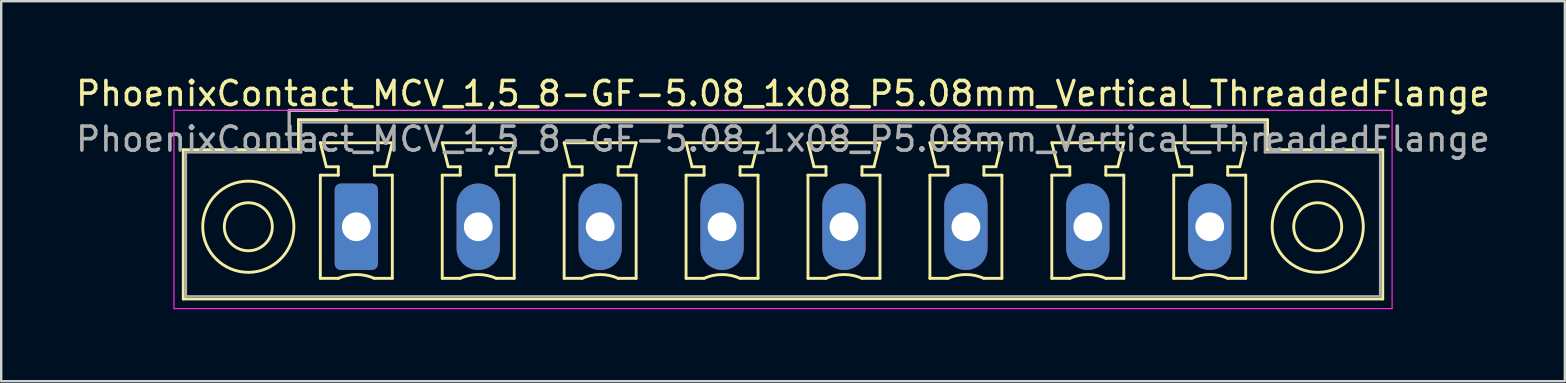
<source format=kicad_pcb>
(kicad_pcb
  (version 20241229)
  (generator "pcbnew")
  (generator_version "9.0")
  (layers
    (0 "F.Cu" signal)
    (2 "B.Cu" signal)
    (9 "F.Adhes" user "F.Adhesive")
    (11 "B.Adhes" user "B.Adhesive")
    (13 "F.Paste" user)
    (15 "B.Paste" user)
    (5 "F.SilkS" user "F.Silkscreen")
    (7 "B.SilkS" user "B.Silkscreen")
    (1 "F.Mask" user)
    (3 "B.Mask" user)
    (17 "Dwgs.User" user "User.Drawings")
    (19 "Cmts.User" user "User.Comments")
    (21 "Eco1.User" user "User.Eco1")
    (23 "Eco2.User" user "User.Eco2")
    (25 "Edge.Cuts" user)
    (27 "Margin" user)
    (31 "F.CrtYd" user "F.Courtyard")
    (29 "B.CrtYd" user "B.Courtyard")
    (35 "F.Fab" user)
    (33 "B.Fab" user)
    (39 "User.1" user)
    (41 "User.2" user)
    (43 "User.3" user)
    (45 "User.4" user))
  (footprint "PhoenixContact_MCV_1,5_8-GF-5.08_1x08_P5.08mm_Vertical_ThreadedFlange"
    (layer "F.Cu")
    (at 11.797 6.398)
    (property "Reference" "PhoenixContact_MCV_1,5_8-GF-5.08_1x08_P5.08mm_Vertical_ThreadedFlange" (at 17.78 -5.55 0) (layer "F.SilkS") (effects (font (size 1 1) (thickness 0.15))))
    (attr through_hole)
    (fp_line (start -7.21 -3.21) (end -7.21 3.01) (stroke (width 0.12) (type solid)) (layer "F.SilkS"))
    (fp_line (start -7.21 3.01) (end 42.77 3.01) (stroke (width 0.12) (type solid)) (layer "F.SilkS"))
    (fp_line (start -2.8 -4.85) (end -0.8 -4.85) (stroke (width 0.12) (type solid)) (layer "F.SilkS"))
    (fp_line (start -2.8 -3.6) (end -2.8 -4.85) (stroke (width 0.12) (type solid)) (layer "F.SilkS"))
    (fp_line (start -2.41 -4.46) (end -2.41 -3.21) (stroke (width 0.12) (type solid)) (layer "F.SilkS"))
    (fp_line (start -2.41 -3.21) (end -7.21 -3.21) (stroke (width 0.12) (type solid)) (layer "F.SilkS"))
    (fp_line (start -1.5 -3.5) (end 1.5 -3.5) (stroke (width 0.12) (type solid)) (layer "F.SilkS"))
    (fp_line (start -1.5 -2.15) (end -0.75 -2.15) (stroke (width 0.12) (type solid)) (layer "F.SilkS"))
    (fp_line (start -1.5 2.15) (end -1.5 -2.15) (stroke (width 0.12) (type solid)) (layer "F.SilkS"))
    (fp_line (start -1.25 -2.5) (end -1.5 -3.5) (stroke (width 0.12) (type solid)) (layer "F.SilkS"))
    (fp_line (start -0.75 -2.5) (end -1.25 -2.5) (stroke (width 0.12) (type solid)) (layer "F.SilkS"))
    (fp_line (start -0.75 -2.15) (end -0.75 -2.5) (stroke (width 0.12) (type solid)) (layer "F.SilkS"))
    (fp_line (start -0.75 2.15) (end -1.5 2.15) (stroke (width 0.12) (type solid)) (layer "F.SilkS"))
    (fp_line (start 0.75 -2.5) (end 0.75 -2.15) (stroke (width 0.12) (type solid)) (layer "F.SilkS"))
    (fp_line (start 0.75 -2.15) (end 1.5 -2.15) (stroke (width 0.12) (type solid)) (layer "F.SilkS"))
    (fp_line (start 1.25 -2.5) (end 0.75 -2.5) (stroke (width 0.12) (type solid)) (layer "F.SilkS"))
    (fp_line (start 1.5 -3.5) (end 1.25 -2.5) (stroke (width 0.12) (type solid)) (layer "F.SilkS"))
    (fp_line (start 1.5 -2.15) (end 1.5 2.15) (stroke (width 0.12) (type solid)) (layer "F.SilkS"))
    (fp_line (start 1.5 2.15) (end 0.75 2.15) (stroke (width 0.12) (type solid)) (layer "F.SilkS"))
    (fp_line (start 3.58 -3.5) (end 6.58 -3.5) (stroke (width 0.12) (type solid)) (layer "F.SilkS"))
    (fp_line (start 3.58 -2.15) (end 4.33 -2.15) (stroke (width 0.12) (type solid)) (layer "F.SilkS"))
    (fp_line (start 3.58 2.15) (end 3.58 -2.15) (stroke (width 0.12) (type solid)) (layer "F.SilkS"))
    (fp_line (start 3.83 -2.5) (end 3.58 -3.5) (stroke (width 0.12) (type solid)) (layer "F.SilkS"))
    (fp_line (start 4.33 -2.5) (end 3.83 -2.5) (stroke (width 0.12) (type solid)) (layer "F.SilkS"))
    (fp_line (start 4.33 -2.15) (end 4.33 -2.5) (stroke (width 0.12) (type solid)) (layer "F.SilkS"))
    (fp_line (start 4.33 2.15) (end 3.58 2.15) (stroke (width 0.12) (type solid)) (layer "F.SilkS"))
    (fp_line (start 5.83 -2.5) (end 5.83 -2.15) (stroke (width 0.12) (type solid)) (layer "F.SilkS"))
    (fp_line (start 5.83 -2.15) (end 6.58 -2.15) (stroke (width 0.12) (type solid)) (layer "F.SilkS"))
    (fp_line (start 6.33 -2.5) (end 5.83 -2.5) (stroke (width 0.12) (type solid)) (layer "F.SilkS"))
    (fp_line (start 6.58 -3.5) (end 6.33 -2.5) (stroke (width 0.12) (type solid)) (layer "F.SilkS"))
    (fp_line (start 6.58 -2.15) (end 6.58 2.15) (stroke (width 0.12) (type solid)) (layer "F.SilkS"))
    (fp_line (start 6.58 2.15) (end 5.83 2.15) (stroke (width 0.12) (type solid)) (layer "F.SilkS"))
    (fp_line (start 8.66 -3.5) (end 11.66 -3.5) (stroke (width 0.12) (type solid)) (layer "F.SilkS"))
    (fp_line (start 8.66 -2.15) (end 9.41 -2.15) (stroke (width 0.12) (type solid)) (layer "F.SilkS"))
    (fp_line (start 8.66 2.15) (end 8.66 -2.15) (stroke (width 0.12) (type solid)) (layer "F.SilkS"))
    (fp_line (start 8.91 -2.5) (end 8.66 -3.5) (stroke (width 0.12) (type solid)) (layer "F.SilkS"))
    (fp_line (start 9.41 -2.5) (end 8.91 -2.5) (stroke (width 0.12) (type solid)) (layer "F.SilkS"))
    (fp_line (start 9.41 -2.15) (end 9.41 -2.5) (stroke (width 0.12) (type solid)) (layer "F.SilkS"))
    (fp_line (start 9.41 2.15) (end 8.66 2.15) (stroke (width 0.12) (type solid)) (layer "F.SilkS"))
    (fp_line (start 10.91 -2.5) (end 10.91 -2.15) (stroke (width 0.12) (type solid)) (layer "F.SilkS"))
    (fp_line (start 10.91 -2.15) (end 11.66 -2.15) (stroke (width 0.12) (type solid)) (layer "F.SilkS"))
    (fp_line (start 11.41 -2.5) (end 10.91 -2.5) (stroke (width 0.12) (type solid)) (layer "F.SilkS"))
    (fp_line (start 11.66 -3.5) (end 11.41 -2.5) (stroke (width 0.12) (type solid)) (layer "F.SilkS"))
    (fp_line (start 11.66 -2.15) (end 11.66 2.15) (stroke (width 0.12) (type solid)) (layer "F.SilkS"))
    (fp_line (start 11.66 2.15) (end 10.91 2.15) (stroke (width 0.12) (type solid)) (layer "F.SilkS"))
    (fp_line (start 13.74 -3.5) (end 16.74 -3.5) (stroke (width 0.12) (type solid)) (layer "F.SilkS"))
    (fp_line (start 13.74 -2.15) (end 14.49 -2.15) (stroke (width 0.12) (type solid)) (layer "F.SilkS"))
    (fp_line (start 13.74 2.15) (end 13.74 -2.15) (stroke (width 0.12) (type solid)) (layer "F.SilkS"))
    (fp_line (start 13.99 -2.5) (end 13.74 -3.5) (stroke (width 0.12) (type solid)) (layer "F.SilkS"))
    (fp_line (start 14.49 -2.5) (end 13.99 -2.5) (stroke (width 0.12) (type solid)) (layer "F.SilkS"))
    (fp_line (start 14.49 -2.15) (end 14.49 -2.5) (stroke (width 0.12) (type solid)) (layer "F.SilkS"))
    (fp_line (start 14.49 2.15) (end 13.74 2.15) (stroke (width 0.12) (type solid)) (layer "F.SilkS"))
    (fp_line (start 15.99 -2.5) (end 15.99 -2.15) (stroke (width 0.12) (type solid)) (layer "F.SilkS"))
    (fp_line (start 15.99 -2.15) (end 16.74 -2.15) (stroke (width 0.12) (type solid)) (layer "F.SilkS"))
    (fp_line (start 16.49 -2.5) (end 15.99 -2.5) (stroke (width 0.12) (type solid)) (layer "F.SilkS"))
    (fp_line (start 16.74 -3.5) (end 16.49 -2.5) (stroke (width 0.12) (type solid)) (layer "F.SilkS"))
    (fp_line (start 16.74 -2.15) (end 16.74 2.15) (stroke (width 0.12) (type solid)) (layer "F.SilkS"))
    (fp_line (start 16.74 2.15) (end 15.99 2.15) (stroke (width 0.12) (type solid)) (layer "F.SilkS"))
    (fp_line (start 18.82 -3.5) (end 21.82 -3.5) (stroke (width 0.12) (type solid)) (layer "F.SilkS"))
    (fp_line (start 18.82 -2.15) (end 19.57 -2.15) (stroke (width 0.12) (type solid)) (layer "F.SilkS"))
    (fp_line (start 18.82 2.15) (end 18.82 -2.15) (stroke (width 0.12) (type solid)) (layer "F.SilkS"))
    (fp_line (start 19.07 -2.5) (end 18.82 -3.5) (stroke (width 0.12) (type solid)) (layer "F.SilkS"))
    (fp_line (start 19.57 -2.5) (end 19.07 -2.5) (stroke (width 0.12) (type solid)) (layer "F.SilkS"))
    (fp_line (start 19.57 -2.15) (end 19.57 -2.5) (stroke (width 0.12) (type solid)) (layer "F.SilkS"))
    (fp_line (start 19.57 2.15) (end 18.82 2.15) (stroke (width 0.12) (type solid)) (layer "F.SilkS"))
    (fp_line (start 21.07 -2.5) (end 21.07 -2.15) (stroke (width 0.12) (type solid)) (layer "F.SilkS"))
    (fp_line (start 21.07 -2.15) (end 21.82 -2.15) (stroke (width 0.12) (type solid)) (layer "F.SilkS"))
    (fp_line (start 21.57 -2.5) (end 21.07 -2.5) (stroke (width 0.12) (type solid)) (layer "F.SilkS"))
    (fp_line (start 21.82 -3.5) (end 21.57 -2.5) (stroke (width 0.12) (type solid)) (layer "F.SilkS"))
    (fp_line (start 21.82 -2.15) (end 21.82 2.15) (stroke (width 0.12) (type solid)) (layer "F.SilkS"))
    (fp_line (start 21.82 2.15) (end 21.07 2.15) (stroke (width 0.12) (type solid)) (layer "F.SilkS"))
    (fp_line (start 23.9 -3.5) (end 26.9 -3.5) (stroke (width 0.12) (type solid)) (layer "F.SilkS"))
    (fp_line (start 23.9 -2.15) (end 24.65 -2.15) (stroke (width 0.12) (type solid)) (layer "F.SilkS"))
    (fp_line (start 23.9 2.15) (end 23.9 -2.15) (stroke (width 0.12) (type solid)) (layer "F.SilkS"))
    (fp_line (start 24.15 -2.5) (end 23.9 -3.5) (stroke (width 0.12) (type solid)) (layer "F.SilkS"))
    (fp_line (start 24.65 -2.5) (end 24.15 -2.5) (stroke (width 0.12) (type solid)) (layer "F.SilkS"))
    (fp_line (start 24.65 -2.15) (end 24.65 -2.5) (stroke (width 0.12) (type solid)) (layer "F.SilkS"))
    (fp_line (start 24.65 2.15) (end 23.9 2.15) (stroke (width 0.12) (type solid)) (layer "F.SilkS"))
    (fp_line (start 26.15 -2.5) (end 26.15 -2.15) (stroke (width 0.12) (type solid)) (layer "F.SilkS"))
    (fp_line (start 26.15 -2.15) (end 26.9 -2.15) (stroke (width 0.12) (type solid)) (layer "F.SilkS"))
    (fp_line (start 26.65 -2.5) (end 26.15 -2.5) (stroke (width 0.12) (type solid)) (layer "F.SilkS"))
    (fp_line (start 26.9 -3.5) (end 26.65 -2.5) (stroke (width 0.12) (type solid)) (layer "F.SilkS"))
    (fp_line (start 26.9 -2.15) (end 26.9 2.15) (stroke (width 0.12) (type solid)) (layer "F.SilkS"))
    (fp_line (start 26.9 2.15) (end 26.15 2.15) (stroke (width 0.12) (type solid)) (layer "F.SilkS"))
    (fp_line (start 28.98 -3.5) (end 31.98 -3.5) (stroke (width 0.12) (type solid)) (layer "F.SilkS"))
    (fp_line (start 28.98 -2.15) (end 29.73 -2.15) (stroke (width 0.12) (type solid)) (layer "F.SilkS"))
    (fp_line (start 28.98 2.15) (end 28.98 -2.15) (stroke (width 0.12) (type solid)) (layer "F.SilkS"))
    (fp_line (start 29.23 -2.5) (end 28.98 -3.5) (stroke (width 0.12) (type solid)) (layer "F.SilkS"))
    (fp_line (start 29.73 -2.5) (end 29.23 -2.5) (stroke (width 0.12) (type solid)) (layer "F.SilkS"))
    (fp_line (start 29.73 -2.15) (end 29.73 -2.5) (stroke (width 0.12) (type solid)) (layer "F.SilkS"))
    (fp_line (start 29.73 2.15) (end 28.98 2.15) (stroke (width 0.12) (type solid)) (layer "F.SilkS"))
    (fp_line (start 31.23 -2.5) (end 31.23 -2.15) (stroke (width 0.12) (type solid)) (layer "F.SilkS"))
    (fp_line (start 31.23 -2.15) (end 31.98 -2.15) (stroke (width 0.12) (type solid)) (layer "F.SilkS"))
    (fp_line (start 31.73 -2.5) (end 31.23 -2.5) (stroke (width 0.12) (type solid)) (layer "F.SilkS"))
    (fp_line (start 31.98 -3.5) (end 31.73 -2.5) (stroke (width 0.12) (type solid)) (layer "F.SilkS"))
    (fp_line (start 31.98 -2.15) (end 31.98 2.15) (stroke (width 0.12) (type solid)) (layer "F.SilkS"))
    (fp_line (start 31.98 2.15) (end 31.23 2.15) (stroke (width 0.12) (type solid)) (layer "F.SilkS"))
    (fp_line (start 34.06 -3.5) (end 37.06 -3.5) (stroke (width 0.12) (type solid)) (layer "F.SilkS"))
    (fp_line (start 34.06 -2.15) (end 34.81 -2.15) (stroke (width 0.12) (type solid)) (layer "F.SilkS"))
    (fp_line (start 34.06 2.15) (end 34.06 -2.15) (stroke (width 0.12) (type solid)) (layer "F.SilkS"))
    (fp_line (start 34.31 -2.5) (end 34.06 -3.5) (stroke (width 0.12) (type solid)) (layer "F.SilkS"))
    (fp_line (start 34.81 -2.5) (end 34.31 -2.5) (stroke (width 0.12) (type solid)) (layer "F.SilkS"))
    (fp_line (start 34.81 -2.15) (end 34.81 -2.5) (stroke (width 0.12) (type solid)) (layer "F.SilkS"))
    (fp_line (start 34.81 2.15) (end 34.06 2.15) (stroke (width 0.12) (type solid)) (layer "F.SilkS"))
    (fp_line (start 36.31 -2.5) (end 36.31 -2.15) (stroke (width 0.12) (type solid)) (layer "F.SilkS"))
    (fp_line (start 36.31 -2.15) (end 37.06 -2.15) (stroke (width 0.12) (type solid)) (layer "F.SilkS"))
    (fp_line (start 36.81 -2.5) (end 36.31 -2.5) (stroke (width 0.12) (type solid)) (layer "F.SilkS"))
    (fp_line (start 37.06 -3.5) (end 36.81 -2.5) (stroke (width 0.12) (type solid)) (layer "F.SilkS"))
    (fp_line (start 37.06 -2.15) (end 37.06 2.15) (stroke (width 0.12) (type solid)) (layer "F.SilkS"))
    (fp_line (start 37.06 2.15) (end 36.31 2.15) (stroke (width 0.12) (type solid)) (layer "F.SilkS"))
    (fp_line (start 37.97 -4.46) (end -2.41 -4.46) (stroke (width 0.12) (type solid)) (layer "F.SilkS"))
    (fp_line (start 37.97 -3.21) (end 37.97 -4.46) (stroke (width 0.12) (type solid)) (layer "F.SilkS"))
    (fp_line (start 42.77 -3.21) (end 37.97 -3.21) (stroke (width 0.12) (type solid)) (layer "F.SilkS"))
    (fp_line (start 42.77 3.01) (end 42.77 -3.21) (stroke (width 0.12) (type solid)) (layer "F.SilkS"))
    (fp_arc (start -0.75 2.15) (mid -0.000193 1.99191) (end 0.749647 2.149844) (stroke (width 0.12) (type solid)) (layer "F.SilkS"))
    (fp_arc (start 4.33 2.15) (mid 5.079807 1.99191) (end 5.829647 2.149844) (stroke (width 0.12) (type solid)) (layer "F.SilkS"))
    (fp_arc (start 9.41 2.15) (mid 10.159807 1.99191) (end 10.909647 2.149844) (stroke (width 0.12) (type solid)) (layer "F.SilkS"))
    (fp_arc (start 14.49 2.15) (mid 15.239807 1.99191) (end 15.989647 2.149844) (stroke (width 0.12) (type solid)) (layer "F.SilkS"))
    (fp_arc (start 19.57 2.15) (mid 20.319807 1.99191) (end 21.069647 2.149844) (stroke (width 0.12) (type solid)) (layer "F.SilkS"))
    (fp_arc (start 24.65 2.15) (mid 25.399807 1.99191) (end 26.149647 2.149844) (stroke (width 0.12) (type solid)) (layer "F.SilkS"))
    (fp_arc (start 29.73 2.15) (mid 30.479807 1.99191) (end 31.229647 2.149844) (stroke (width 0.12) (type solid)) (layer "F.SilkS"))
    (fp_arc (start 34.81 2.15) (mid 35.559807 1.99191) (end 36.309647 2.149844) (stroke (width 0.12) (type solid)) (layer "F.SilkS"))
    (fp_circle (center -4.5 0) (end -3.5 0) (stroke (width 0.12) (type solid)) (fill no) (layer "F.SilkS"))
    (fp_circle (center -4.5 0) (end -2.6 0) (stroke (width 0.12) (type solid)) (fill no) (layer "F.SilkS"))
    (fp_circle (center 40.06 0) (end 41.06 0) (stroke (width 0.12) (type solid)) (fill no) (layer "F.SilkS"))
    (fp_circle (center 40.06 0) (end 41.96 0) (stroke (width 0.12) (type solid)) (fill no) (layer "F.SilkS"))
    (fp_line (start -7.6 -4.85) (end -7.6 3.41) (stroke (width 0.05) (type solid)) (layer "F.CrtYd"))
    (fp_line (start -7.6 3.41) (end 43.16 3.41) (stroke (width 0.05) (type solid)) (layer "F.CrtYd"))
    (fp_line (start 43.16 -4.85) (end -7.6 -4.85) (stroke (width 0.05) (type solid)) (layer "F.CrtYd"))
    (fp_line (start 43.16 3.41) (end 43.16 -4.85) (stroke (width 0.05) (type solid)) (layer "F.CrtYd"))
    (fp_line (start -7.1 -3.1) (end -7.1 2.9) (stroke (width 0.1) (type solid)) (layer "F.Fab"))
    (fp_line (start -7.1 2.9) (end 42.66 2.9) (stroke (width 0.1) (type solid)) (layer "F.Fab"))
    (fp_line (start -2.8 -4.85) (end -0.8 -4.85) (stroke (width 0.1) (type solid)) (layer "F.Fab"))
    (fp_line (start -2.8 -3.6) (end -2.8 -4.85) (stroke (width 0.1) (type solid)) (layer "F.Fab"))
    (fp_line (start -2.3 -4.35) (end -2.3 -3.1) (stroke (width 0.1) (type solid)) (layer "F.Fab"))
    (fp_line (start -2.3 -3.1) (end -7.1 -3.1) (stroke (width 0.1) (type solid)) (layer "F.Fab"))
    (fp_line (start 37.86 -4.35) (end -2.3 -4.35) (stroke (width 0.1) (type solid)) (layer "F.Fab"))
    (fp_line (start 37.86 -3.1) (end 37.86 -4.35) (stroke (width 0.1) (type solid)) (layer "F.Fab"))
    (fp_line (start 42.66 -3.1) (end 37.86 -3.1) (stroke (width 0.1) (type solid)) (layer "F.Fab"))
    (fp_line (start 42.66 2.9) (end 42.66 -3.1) (stroke (width 0.1) (type solid)) (layer "F.Fab"))
    (fp_text user "${REFERENCE}" (at 17.78 -3.65 0) (layer "F.Fab") (effects (font (size 1 1) (thickness 0.15))))
    (pad "1" thru_hole roundrect (at 0 0) (size 1.8 3.6) (drill 1.2) (layers "*.Cu" "*.Mask") (roundrect_rratio 0.139))
    (pad "2" thru_hole oval (at 5.08 0) (size 1.8 3.6) (drill 1.2) (layers "*.Cu" "*.Mask"))
    (pad "3" thru_hole oval (at 10.16 0) (size 1.8 3.6) (drill 1.2) (layers "*.Cu" "*.Mask"))
    (pad "4" thru_hole oval (at 15.24 0) (size 1.8 3.6) (drill 1.2) (layers "*.Cu" "*.Mask"))
    (pad "5" thru_hole oval (at 20.32 0) (size 1.8 3.6) (drill 1.2) (layers "*.Cu" "*.Mask"))
    (pad "6" thru_hole oval (at 25.4 0) (size 1.8 3.6) (drill 1.2) (layers "*.Cu" "*.Mask"))
    (pad "7" thru_hole oval (at 30.48 0) (size 1.8 3.6) (drill 1.2) (layers "*.Cu" "*.Mask"))
    (pad "8" thru_hole oval (at 35.56 0) (size 1.8 3.6) (drill 1.2) (layers "*.Cu" "*.Mask")))
  (gr_rect
    (start -3 -3)
    (end 62.155 12.833)
    (stroke (width 0.1) (type default))
    (fill no)
    (layer "Edge.Cuts")))
</source>
